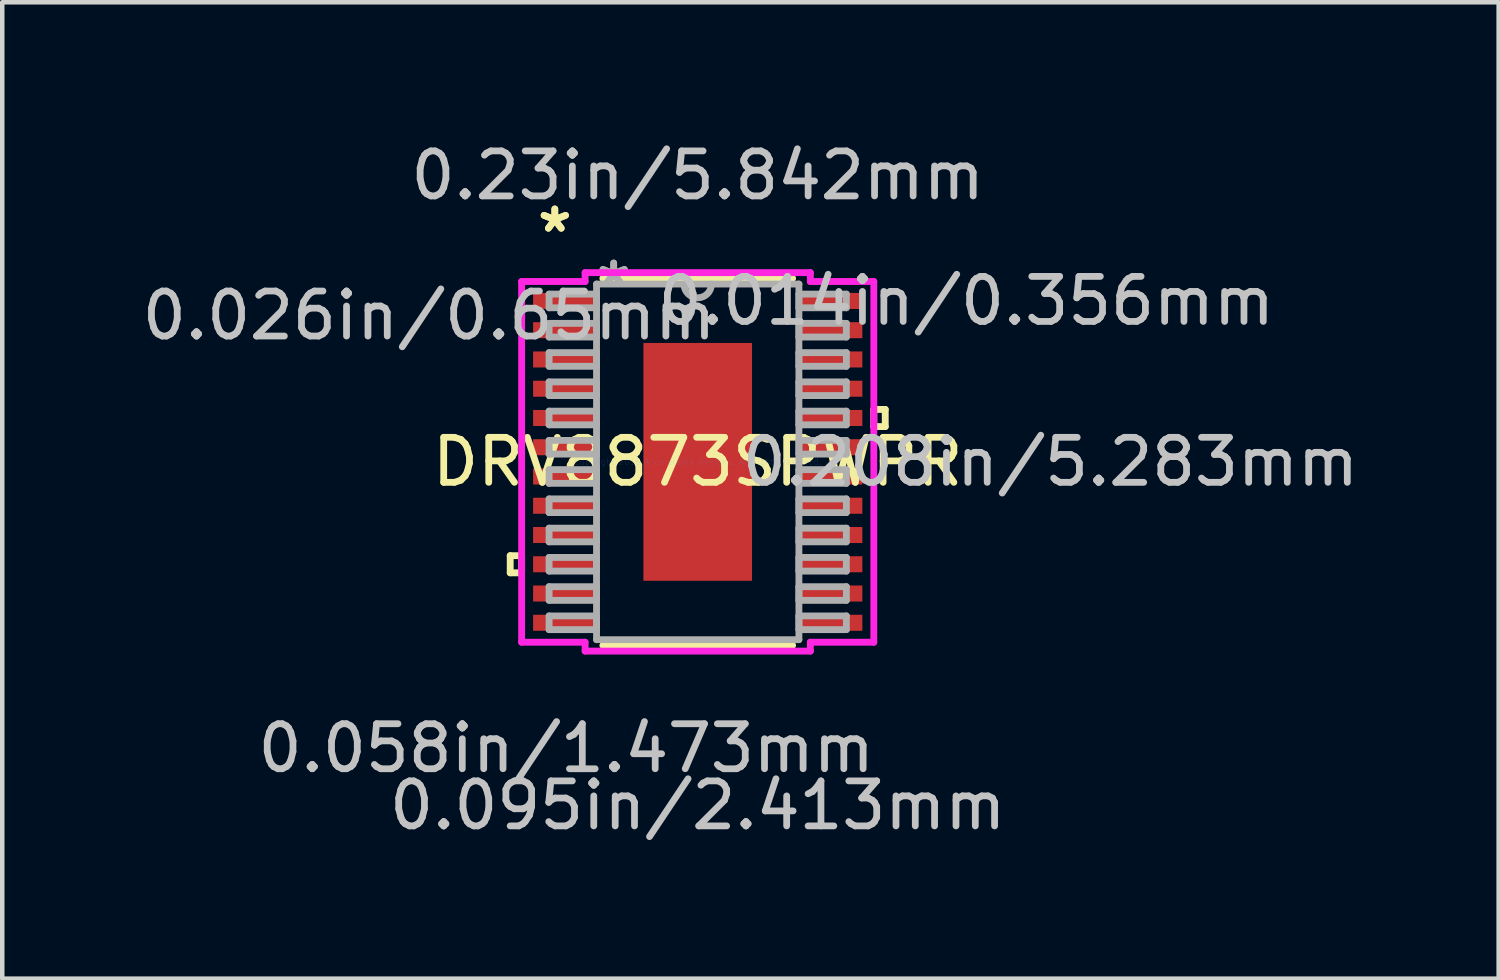
<source format=kicad_pcb>
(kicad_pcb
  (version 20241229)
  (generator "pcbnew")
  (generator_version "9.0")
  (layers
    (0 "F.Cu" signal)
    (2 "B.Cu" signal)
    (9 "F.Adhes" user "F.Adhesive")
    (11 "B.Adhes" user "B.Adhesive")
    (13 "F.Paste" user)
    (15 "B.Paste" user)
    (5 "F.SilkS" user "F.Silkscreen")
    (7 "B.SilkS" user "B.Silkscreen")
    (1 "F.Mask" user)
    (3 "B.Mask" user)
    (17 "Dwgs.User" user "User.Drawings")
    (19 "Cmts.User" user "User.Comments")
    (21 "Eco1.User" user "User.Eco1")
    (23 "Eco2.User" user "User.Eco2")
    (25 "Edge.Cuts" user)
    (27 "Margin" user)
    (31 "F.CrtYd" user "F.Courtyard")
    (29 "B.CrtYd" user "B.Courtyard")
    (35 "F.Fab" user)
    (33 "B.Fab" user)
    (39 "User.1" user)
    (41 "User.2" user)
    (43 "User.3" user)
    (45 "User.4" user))
  (footprint "DRV8873SPWPR"
    (layer "F.Cu")
    (at 12.451 7.211)
    (property "Reference" "DRV8873SPWPR" (at 0 0 0) (layer "F.SilkS") (effects (font (size 1 1) (thickness 0.15))))
    (attr through_hole)
    (fp_line (start -4.166 2.084) (end -4.166 2.465) (stroke (width 0.152) (type solid)) (layer "F.SilkS"))
    (fp_line (start -4.166 2.465) (end -3.912 2.465) (stroke (width 0.152) (type solid)) (layer "F.SilkS"))
    (fp_line (start -3.912 2.084) (end -4.166 2.084) (stroke (width 0.152) (type solid)) (layer "F.SilkS"))
    (fp_line (start -3.912 2.465) (end -3.912 2.084) (stroke (width 0.152) (type solid)) (layer "F.SilkS"))
    (fp_line (start -2.108 4.077) (end 2.108 4.077) (stroke (width 0.152) (type solid)) (layer "F.SilkS"))
    (fp_line (start 2.108 -4.077) (end -2.108 -4.077) (stroke (width 0.152) (type solid)) (layer "F.SilkS"))
    (fp_line (start 3.912 -1.165) (end 4.166 -1.165) (stroke (width 0.152) (type solid)) (layer "F.SilkS"))
    (fp_line (start 3.912 -0.784) (end 3.912 -1.165) (stroke (width 0.152) (type solid)) (layer "F.SilkS"))
    (fp_line (start 4.166 -1.165) (end 4.166 -0.784) (stroke (width 0.152) (type solid)) (layer "F.SilkS"))
    (fp_line (start 4.166 -0.784) (end 3.912 -0.784) (stroke (width 0.152) (type solid)) (layer "F.SilkS"))
    (fp_line (start -1.107 -2.542) (end -1.107 -1.421) (stroke (width 0.152) (type solid)) (layer "F.Paste"))
    (fp_line (start -1.107 -1.421) (end 1.107 -1.421) (stroke (width 0.152) (type solid)) (layer "F.Paste"))
    (fp_line (start -1.107 -1.221) (end -1.107 -0.1) (stroke (width 0.152) (type solid)) (layer "F.Paste"))
    (fp_line (start -1.107 -0.1) (end 1.107 -0.1) (stroke (width 0.152) (type solid)) (layer "F.Paste"))
    (fp_line (start -1.107 0.1) (end -1.107 1.221) (stroke (width 0.152) (type solid)) (layer "F.Paste"))
    (fp_line (start -1.107 1.221) (end 1.107 1.221) (stroke (width 0.152) (type solid)) (layer "F.Paste"))
    (fp_line (start -1.107 1.421) (end -1.107 2.542) (stroke (width 0.152) (type solid)) (layer "F.Paste"))
    (fp_line (start -1.107 2.542) (end 1.107 2.542) (stroke (width 0.152) (type solid)) (layer "F.Paste"))
    (fp_line (start 1.107 -2.542) (end -1.107 -2.542) (stroke (width 0.152) (type solid)) (layer "F.Paste"))
    (fp_line (start 1.107 -1.421) (end 1.107 -2.542) (stroke (width 0.152) (type solid)) (layer "F.Paste"))
    (fp_line (start 1.107 -1.221) (end -1.107 -1.221) (stroke (width 0.152) (type solid)) (layer "F.Paste"))
    (fp_line (start 1.107 -0.1) (end 1.107 -1.221) (stroke (width 0.152) (type solid)) (layer "F.Paste"))
    (fp_line (start 1.107 0.1) (end -1.107 0.1) (stroke (width 0.152) (type solid)) (layer "F.Paste"))
    (fp_line (start 1.107 1.221) (end 1.107 0.1) (stroke (width 0.152) (type solid)) (layer "F.Paste"))
    (fp_line (start 1.107 1.421) (end -1.107 1.421) (stroke (width 0.152) (type solid)) (layer "F.Paste"))
    (fp_line (start 1.107 2.542) (end 1.107 1.421) (stroke (width 0.152) (type solid)) (layer "F.Paste"))
    (fp_line (start -3.912 -4.007) (end -2.502 -4.007) (stroke (width 0.152) (type solid)) (layer "F.CrtYd"))
    (fp_line (start -3.912 4.007) (end -3.912 -4.007) (stroke (width 0.152) (type solid)) (layer "F.CrtYd"))
    (fp_line (start -2.502 -4.204) (end 2.502 -4.204) (stroke (width 0.152) (type solid)) (layer "F.CrtYd"))
    (fp_line (start -2.502 -4.007) (end -2.502 -4.204) (stroke (width 0.152) (type solid)) (layer "F.CrtYd"))
    (fp_line (start -2.502 4.007) (end -3.912 4.007) (stroke (width 0.152) (type solid)) (layer "F.CrtYd"))
    (fp_line (start -2.502 4.204) (end -2.502 4.007) (stroke (width 0.152) (type solid)) (layer "F.CrtYd"))
    (fp_line (start 2.502 -4.204) (end 2.502 -4.007) (stroke (width 0.152) (type solid)) (layer "F.CrtYd"))
    (fp_line (start 2.502 -4.007) (end 3.912 -4.007) (stroke (width 0.152) (type solid)) (layer "F.CrtYd"))
    (fp_line (start 2.502 4.007) (end 2.502 4.204) (stroke (width 0.152) (type solid)) (layer "F.CrtYd"))
    (fp_line (start 2.502 4.204) (end -2.502 4.204) (stroke (width 0.152) (type solid)) (layer "F.CrtYd"))
    (fp_line (start 3.912 -4.007) (end 3.912 4.007) (stroke (width 0.152) (type solid)) (layer "F.CrtYd"))
    (fp_line (start 3.912 4.007) (end 2.502 4.007) (stroke (width 0.152) (type solid)) (layer "F.CrtYd"))
    (fp_line (start -3.302 -3.727) (end -3.302 -3.423) (stroke (width 0.152) (type solid)) (layer "F.Fab"))
    (fp_line (start -3.302 -3.423) (end -2.248 -3.423) (stroke (width 0.152) (type solid)) (layer "F.Fab"))
    (fp_line (start -3.302 -3.077) (end -3.302 -2.773) (stroke (width 0.152) (type solid)) (layer "F.Fab"))
    (fp_line (start -3.302 -2.773) (end -2.248 -2.773) (stroke (width 0.152) (type solid)) (layer "F.Fab"))
    (fp_line (start -3.302 -2.427) (end -3.302 -2.123) (stroke (width 0.152) (type solid)) (layer "F.Fab"))
    (fp_line (start -3.302 -2.123) (end -2.248 -2.123) (stroke (width 0.152) (type solid)) (layer "F.Fab"))
    (fp_line (start -3.302 -1.777) (end -3.302 -1.473) (stroke (width 0.152) (type solid)) (layer "F.Fab"))
    (fp_line (start -3.302 -1.473) (end -2.248 -1.473) (stroke (width 0.152) (type solid)) (layer "F.Fab"))
    (fp_line (start -3.302 -1.127) (end -3.302 -0.823) (stroke (width 0.152) (type solid)) (layer "F.Fab"))
    (fp_line (start -3.302 -0.823) (end -2.248 -0.823) (stroke (width 0.152) (type solid)) (layer "F.Fab"))
    (fp_line (start -3.302 -0.477) (end -3.302 -0.173) (stroke (width 0.152) (type solid)) (layer "F.Fab"))
    (fp_line (start -3.302 -0.173) (end -2.248 -0.173) (stroke (width 0.152) (type solid)) (layer "F.Fab"))
    (fp_line (start -3.302 0.173) (end -3.302 0.477) (stroke (width 0.152) (type solid)) (layer "F.Fab"))
    (fp_line (start -3.302 0.477) (end -2.248 0.477) (stroke (width 0.152) (type solid)) (layer "F.Fab"))
    (fp_line (start -3.302 0.823) (end -3.302 1.127) (stroke (width 0.152) (type solid)) (layer "F.Fab"))
    (fp_line (start -3.302 1.127) (end -2.248 1.127) (stroke (width 0.152) (type solid)) (layer "F.Fab"))
    (fp_line (start -3.302 1.473) (end -3.302 1.777) (stroke (width 0.152) (type solid)) (layer "F.Fab"))
    (fp_line (start -3.302 1.777) (end -2.248 1.777) (stroke (width 0.152) (type solid)) (layer "F.Fab"))
    (fp_line (start -3.302 2.123) (end -3.302 2.427) (stroke (width 0.152) (type solid)) (layer "F.Fab"))
    (fp_line (start -3.302 2.427) (end -2.248 2.427) (stroke (width 0.152) (type solid)) (layer "F.Fab"))
    (fp_line (start -3.302 2.773) (end -3.302 3.077) (stroke (width 0.152) (type solid)) (layer "F.Fab"))
    (fp_line (start -3.302 3.077) (end -2.248 3.077) (stroke (width 0.152) (type solid)) (layer "F.Fab"))
    (fp_line (start -3.302 3.423) (end -3.302 3.727) (stroke (width 0.152) (type solid)) (layer "F.Fab"))
    (fp_line (start -3.302 3.727) (end -2.248 3.727) (stroke (width 0.152) (type solid)) (layer "F.Fab"))
    (fp_line (start -2.248 -3.95) (end -2.248 3.95) (stroke (width 0.152) (type solid)) (layer "F.Fab"))
    (fp_line (start -2.248 -3.727) (end -3.302 -3.727) (stroke (width 0.152) (type solid)) (layer "F.Fab"))
    (fp_line (start -2.248 -3.423) (end -2.248 -3.727) (stroke (width 0.152) (type solid)) (layer "F.Fab"))
    (fp_line (start -2.248 -3.077) (end -3.302 -3.077) (stroke (width 0.152) (type solid)) (layer "F.Fab"))
    (fp_line (start -2.248 -2.773) (end -2.248 -3.077) (stroke (width 0.152) (type solid)) (layer "F.Fab"))
    (fp_line (start -2.248 -2.427) (end -3.302 -2.427) (stroke (width 0.152) (type solid)) (layer "F.Fab"))
    (fp_line (start -2.248 -2.123) (end -2.248 -2.427) (stroke (width 0.152) (type solid)) (layer "F.Fab"))
    (fp_line (start -2.248 -1.777) (end -3.302 -1.777) (stroke (width 0.152) (type solid)) (layer "F.Fab"))
    (fp_line (start -2.248 -1.473) (end -2.248 -1.777) (stroke (width 0.152) (type solid)) (layer "F.Fab"))
    (fp_line (start -2.248 -1.127) (end -3.302 -1.127) (stroke (width 0.152) (type solid)) (layer "F.Fab"))
    (fp_line (start -2.248 -0.823) (end -2.248 -1.127) (stroke (width 0.152) (type solid)) (layer "F.Fab"))
    (fp_line (start -2.248 -0.477) (end -3.302 -0.477) (stroke (width 0.152) (type solid)) (layer "F.Fab"))
    (fp_line (start -2.248 -0.173) (end -2.248 -0.477) (stroke (width 0.152) (type solid)) (layer "F.Fab"))
    (fp_line (start -2.248 0.173) (end -3.302 0.173) (stroke (width 0.152) (type solid)) (layer "F.Fab"))
    (fp_line (start -2.248 0.477) (end -2.248 0.173) (stroke (width 0.152) (type solid)) (layer "F.Fab"))
    (fp_line (start -2.248 0.823) (end -3.302 0.823) (stroke (width 0.152) (type solid)) (layer "F.Fab"))
    (fp_line (start -2.248 1.127) (end -2.248 0.823) (stroke (width 0.152) (type solid)) (layer "F.Fab"))
    (fp_line (start -2.248 1.473) (end -3.302 1.473) (stroke (width 0.152) (type solid)) (layer "F.Fab"))
    (fp_line (start -2.248 1.777) (end -2.248 1.473) (stroke (width 0.152) (type solid)) (layer "F.Fab"))
    (fp_line (start -2.248 2.123) (end -3.302 2.123) (stroke (width 0.152) (type solid)) (layer "F.Fab"))
    (fp_line (start -2.248 2.427) (end -2.248 2.123) (stroke (width 0.152) (type solid)) (layer "F.Fab"))
    (fp_line (start -2.248 2.773) (end -3.302 2.773) (stroke (width 0.152) (type solid)) (layer "F.Fab"))
    (fp_line (start -2.248 3.077) (end -2.248 2.773) (stroke (width 0.152) (type solid)) (layer "F.Fab"))
    (fp_line (start -2.248 3.423) (end -3.302 3.423) (stroke (width 0.152) (type solid)) (layer "F.Fab"))
    (fp_line (start -2.248 3.727) (end -2.248 3.423) (stroke (width 0.152) (type solid)) (layer "F.Fab"))
    (fp_line (start -2.248 3.95) (end 2.248 3.95) (stroke (width 0.152) (type solid)) (layer "F.Fab"))
    (fp_line (start 2.248 -3.95) (end -2.248 -3.95) (stroke (width 0.152) (type solid)) (layer "F.Fab"))
    (fp_line (start 2.248 -3.727) (end 2.248 -3.423) (stroke (width 0.152) (type solid)) (layer "F.Fab"))
    (fp_line (start 2.248 -3.423) (end 3.302 -3.423) (stroke (width 0.152) (type solid)) (layer "F.Fab"))
    (fp_line (start 2.248 -3.077) (end 2.248 -2.773) (stroke (width 0.152) (type solid)) (layer "F.Fab"))
    (fp_line (start 2.248 -2.773) (end 3.302 -2.773) (stroke (width 0.152) (type solid)) (layer "F.Fab"))
    (fp_line (start 2.248 -2.427) (end 2.248 -2.123) (stroke (width 0.152) (type solid)) (layer "F.Fab"))
    (fp_line (start 2.248 -2.123) (end 3.302 -2.123) (stroke (width 0.152) (type solid)) (layer "F.Fab"))
    (fp_line (start 2.248 -1.777) (end 2.248 -1.473) (stroke (width 0.152) (type solid)) (layer "F.Fab"))
    (fp_line (start 2.248 -1.473) (end 3.302 -1.473) (stroke (width 0.152) (type solid)) (layer "F.Fab"))
    (fp_line (start 2.248 -1.127) (end 2.248 -0.823) (stroke (width 0.152) (type solid)) (layer "F.Fab"))
    (fp_line (start 2.248 -0.823) (end 3.302 -0.823) (stroke (width 0.152) (type solid)) (layer "F.Fab"))
    (fp_line (start 2.248 -0.477) (end 2.248 -0.173) (stroke (width 0.152) (type solid)) (layer "F.Fab"))
    (fp_line (start 2.248 -0.173) (end 3.302 -0.173) (stroke (width 0.152) (type solid)) (layer "F.Fab"))
    (fp_line (start 2.248 0.173) (end 2.248 0.477) (stroke (width 0.152) (type solid)) (layer "F.Fab"))
    (fp_line (start 2.248 0.477) (end 3.302 0.477) (stroke (width 0.152) (type solid)) (layer "F.Fab"))
    (fp_line (start 2.248 0.823) (end 2.248 1.127) (stroke (width 0.152) (type solid)) (layer "F.Fab"))
    (fp_line (start 2.248 1.127) (end 3.302 1.127) (stroke (width 0.152) (type solid)) (layer "F.Fab"))
    (fp_line (start 2.248 1.473) (end 2.248 1.777) (stroke (width 0.152) (type solid)) (layer "F.Fab"))
    (fp_line (start 2.248 1.777) (end 3.302 1.777) (stroke (width 0.152) (type solid)) (layer "F.Fab"))
    (fp_line (start 2.248 2.123) (end 2.248 2.427) (stroke (width 0.152) (type solid)) (layer "F.Fab"))
    (fp_line (start 2.248 2.427) (end 3.302 2.427) (stroke (width 0.152) (type solid)) (layer "F.Fab"))
    (fp_line (start 2.248 2.773) (end 2.248 3.077) (stroke (width 0.152) (type solid)) (layer "F.Fab"))
    (fp_line (start 2.248 3.077) (end 3.302 3.077) (stroke (width 0.152) (type solid)) (layer "F.Fab"))
    (fp_line (start 2.248 3.423) (end 2.248 3.727) (stroke (width 0.152) (type solid)) (layer "F.Fab"))
    (fp_line (start 2.248 3.727) (end 3.302 3.727) (stroke (width 0.152) (type solid)) (layer "F.Fab"))
    (fp_line (start 2.248 3.95) (end 2.248 -3.95) (stroke (width 0.152) (type solid)) (layer "F.Fab"))
    (fp_line (start 3.302 -3.727) (end 2.248 -3.727) (stroke (width 0.152) (type solid)) (layer "F.Fab"))
    (fp_line (start 3.302 -3.423) (end 3.302 -3.727) (stroke (width 0.152) (type solid)) (layer "F.Fab"))
    (fp_line (start 3.302 -3.077) (end 2.248 -3.077) (stroke (width 0.152) (type solid)) (layer "F.Fab"))
    (fp_line (start 3.302 -2.773) (end 3.302 -3.077) (stroke (width 0.152) (type solid)) (layer "F.Fab"))
    (fp_line (start 3.302 -2.427) (end 2.248 -2.427) (stroke (width 0.152) (type solid)) (layer "F.Fab"))
    (fp_line (start 3.302 -2.123) (end 3.302 -2.427) (stroke (width 0.152) (type solid)) (layer "F.Fab"))
    (fp_line (start 3.302 -1.777) (end 2.248 -1.777) (stroke (width 0.152) (type solid)) (layer "F.Fab"))
    (fp_line (start 3.302 -1.473) (end 3.302 -1.777) (stroke (width 0.152) (type solid)) (layer "F.Fab"))
    (fp_line (start 3.302 -1.127) (end 2.248 -1.127) (stroke (width 0.152) (type solid)) (layer "F.Fab"))
    (fp_line (start 3.302 -0.823) (end 3.302 -1.127) (stroke (width 0.152) (type solid)) (layer "F.Fab"))
    (fp_line (start 3.302 -0.477) (end 2.248 -0.477) (stroke (width 0.152) (type solid)) (layer "F.Fab"))
    (fp_line (start 3.302 -0.173) (end 3.302 -0.477) (stroke (width 0.152) (type solid)) (layer "F.Fab"))
    (fp_line (start 3.302 0.173) (end 2.248 0.173) (stroke (width 0.152) (type solid)) (layer "F.Fab"))
    (fp_line (start 3.302 0.477) (end 3.302 0.173) (stroke (width 0.152) (type solid)) (layer "F.Fab"))
    (fp_line (start 3.302 0.823) (end 2.248 0.823) (stroke (width 0.152) (type solid)) (layer "F.Fab"))
    (fp_line (start 3.302 1.127) (end 3.302 0.823) (stroke (width 0.152) (type solid)) (layer "F.Fab"))
    (fp_line (start 3.302 1.473) (end 2.248 1.473) (stroke (width 0.152) (type solid)) (layer "F.Fab"))
    (fp_line (start 3.302 1.777) (end 3.302 1.473) (stroke (width 0.152) (type solid)) (layer "F.Fab"))
    (fp_line (start 3.302 2.123) (end 2.248 2.123) (stroke (width 0.152) (type solid)) (layer "F.Fab"))
    (fp_line (start 3.302 2.427) (end 3.302 2.123) (stroke (width 0.152) (type solid)) (layer "F.Fab"))
    (fp_line (start 3.302 2.773) (end 2.248 2.773) (stroke (width 0.152) (type solid)) (layer "F.Fab"))
    (fp_line (start 3.302 3.077) (end 3.302 2.773) (stroke (width 0.152) (type solid)) (layer "F.Fab"))
    (fp_line (start 3.302 3.423) (end 2.248 3.423) (stroke (width 0.152) (type solid)) (layer "F.Fab"))
    (fp_line (start 3.302 3.727) (end 3.302 3.423) (stroke (width 0.152) (type solid)) (layer "F.Fab"))
    (fp_arc (start 0.3048 -3.9497) (mid 0 -3.6449) (end -0.3048 -3.9497) (stroke (width 0.1524) (type solid)) (layer "F.Fab"))
    (fp_text user "*" (at -3.175 -5.074 0) (layer "F.SilkS") (effects (font (size 1 1) (thickness 0.15))))
    (fp_text user "*" (at -3.175 -5.074 0) (layer "F.SilkS") (effects (font (size 1 1) (thickness 0.15))))
    (fp_text user "0.058in/1.473mm" (at -2.921 6.363 0) (layer "Dwgs.User") (effects (font (size 1 1) (thickness 0.15))))
    (fp_text user "0.208in/5.283mm" (at 7.836 0 0) (layer "Dwgs.User") (effects (font (size 1 1) (thickness 0.15))))
    (fp_text user "0.095in/2.413mm" (at 0 7.633 0) (layer "Dwgs.User") (effects (font (size 1 1) (thickness 0.15))))
    (fp_text user "0.026in/0.65mm" (at -5.969 -3.25 0) (layer "Dwgs.User") (effects (font (size 1 1) (thickness 0.15))))
    (fp_text user "0.23in/5.842mm" (at 0 -6.363 0) (layer "Dwgs.User") (effects (font (size 1 1) (thickness 0.15))))
    (fp_text user "0.014in/0.356mm" (at 5.969 -3.575 0) (layer "Dwgs.User") (effects (font (size 1 1) (thickness 0.15))))
    (fp_text user "Copyright 2016 Accelerated Designs. All rights reserved." (at 0 0 0) (layer "Cmts.User") (effects (font (size 0.127 0.127) (thickness 0.002))))
    (fp_text user "*" (at -1.867 -3.873 0) (layer "F.Fab") (effects (font (size 1 1) (thickness 0.15))))
    (fp_text user "*" (at -1.867 -3.873 0) (layer "F.Fab") (effects (font (size 1 1) (thickness 0.15))))
    (pad "1" smd rect (at -2.921 -3.575) (size 1.473 0.356) (layers "F.Cu" "F.Mask" "F.Paste"))
    (pad "2" smd rect (at -2.921 -2.925) (size 1.473 0.356) (layers "F.Cu" "F.Mask" "F.Paste"))
    (pad "3" smd rect (at -2.921 -2.275) (size 1.473 0.356) (layers "F.Cu" "F.Mask" "F.Paste"))
    (pad "4" smd rect (at -2.921 -1.625) (size 1.473 0.356) (layers "F.Cu" "F.Mask" "F.Paste"))
    (pad "5" smd rect (at -2.921 -0.975) (size 1.473 0.356) (layers "F.Cu" "F.Mask" "F.Paste"))
    (pad "6" smd rect (at -2.921 -0.325) (size 1.473 0.356) (layers "F.Cu" "F.Mask" "F.Paste"))
    (pad "7" smd rect (at -2.921 0.325) (size 1.473 0.356) (layers "F.Cu" "F.Mask" "F.Paste"))
    (pad "8" smd rect (at -2.921 0.975) (size 1.473 0.356) (layers "F.Cu" "F.Mask" "F.Paste"))
    (pad "9" smd rect (at -2.921 1.625) (size 1.473 0.356) (layers "F.Cu" "F.Mask" "F.Paste"))
    (pad "10" smd rect (at -2.921 2.275) (size 1.473 0.356) (layers "F.Cu" "F.Mask" "F.Paste"))
    (pad "11" smd rect (at -2.921 2.925) (size 1.473 0.356) (layers "F.Cu" "F.Mask" "F.Paste"))
    (pad "12" smd rect (at -2.921 3.575) (size 1.473 0.356) (layers "F.Cu" "F.Mask" "F.Paste"))
    (pad "13" smd rect (at 2.921 3.575) (size 1.473 0.356) (layers "F.Cu" "F.Mask" "F.Paste"))
    (pad "14" smd rect (at 2.921 2.925) (size 1.473 0.356) (layers "F.Cu" "F.Mask" "F.Paste"))
    (pad "15" smd rect (at 2.921 2.275) (size 1.473 0.356) (layers "F.Cu" "F.Mask" "F.Paste"))
    (pad "16" smd rect (at 2.921 1.625) (size 1.473 0.356) (layers "F.Cu" "F.Mask" "F.Paste"))
    (pad "17" smd rect (at 2.921 0.975) (size 1.473 0.356) (layers "F.Cu" "F.Mask" "F.Paste"))
    (pad "18" smd rect (at 2.921 0.325) (size 1.473 0.356) (layers "F.Cu" "F.Mask" "F.Paste"))
    (pad "19" smd rect (at 2.921 -0.325) (size 1.473 0.356) (layers "F.Cu" "F.Mask" "F.Paste"))
    (pad "20" smd rect (at 2.921 -0.975) (size 1.473 0.356) (layers "F.Cu" "F.Mask" "F.Paste"))
    (pad "21" smd rect (at 2.921 -1.625) (size 1.473 0.356) (layers "F.Cu" "F.Mask" "F.Paste"))
    (pad "22" smd rect (at 2.921 -2.275) (size 1.473 0.356) (layers "F.Cu" "F.Mask" "F.Paste"))
    (pad "23" smd rect (at 2.921 -2.925) (size 1.473 0.356) (layers "F.Cu" "F.Mask" "F.Paste"))
    (pad "24" smd rect (at 2.921 -3.575) (size 1.473 0.356) (layers "F.Cu" "F.Mask" "F.Paste"))
    (pad "EPAD" smd rect (at 0 0) (size 2.413 5.283) (layers "F.Cu" "F.Mask" "F.Paste")))
  (gr_rect
    (start -3 -3)
    (end 30.245 18.692)
    (stroke (width 0.1) (type default))
    (fill no)
    (layer "Edge.Cuts")))
</source>
